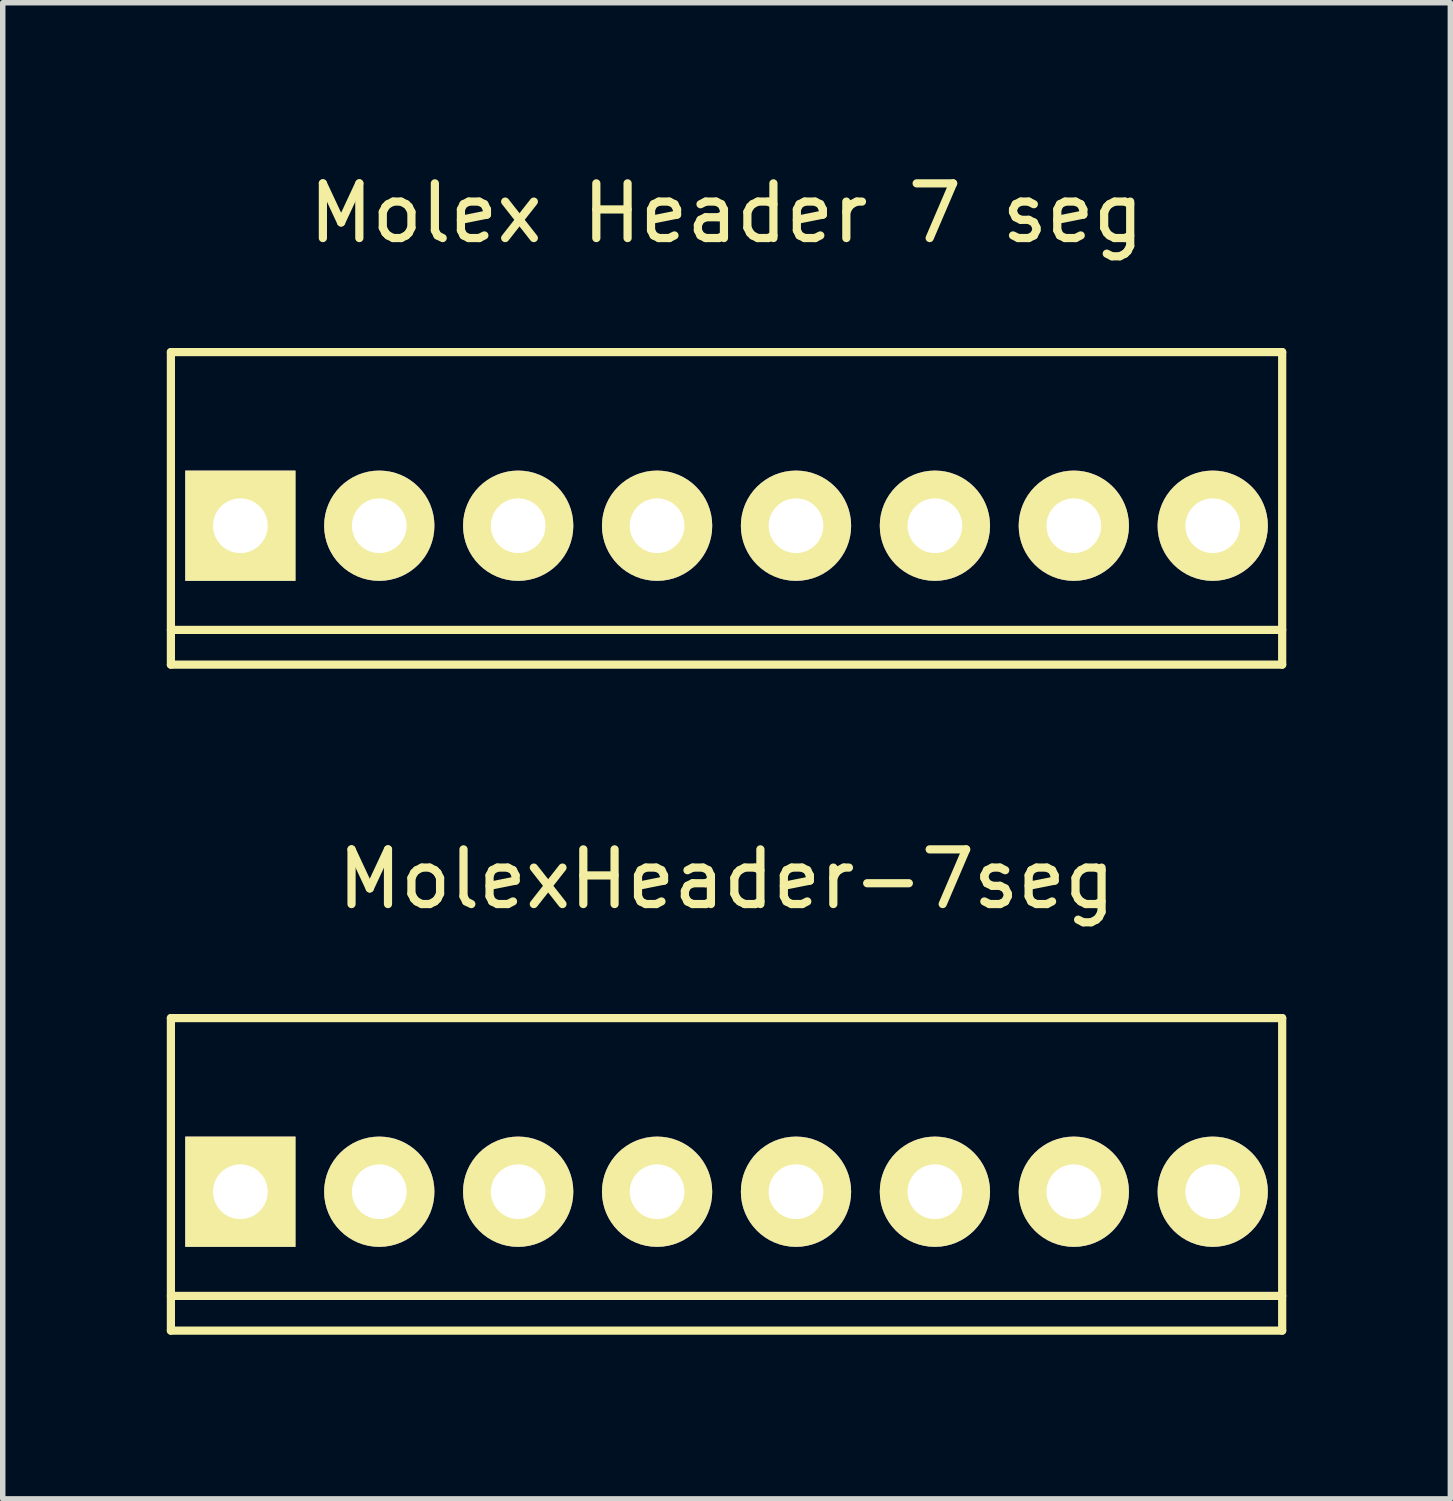
<source format=kicad_pcb>
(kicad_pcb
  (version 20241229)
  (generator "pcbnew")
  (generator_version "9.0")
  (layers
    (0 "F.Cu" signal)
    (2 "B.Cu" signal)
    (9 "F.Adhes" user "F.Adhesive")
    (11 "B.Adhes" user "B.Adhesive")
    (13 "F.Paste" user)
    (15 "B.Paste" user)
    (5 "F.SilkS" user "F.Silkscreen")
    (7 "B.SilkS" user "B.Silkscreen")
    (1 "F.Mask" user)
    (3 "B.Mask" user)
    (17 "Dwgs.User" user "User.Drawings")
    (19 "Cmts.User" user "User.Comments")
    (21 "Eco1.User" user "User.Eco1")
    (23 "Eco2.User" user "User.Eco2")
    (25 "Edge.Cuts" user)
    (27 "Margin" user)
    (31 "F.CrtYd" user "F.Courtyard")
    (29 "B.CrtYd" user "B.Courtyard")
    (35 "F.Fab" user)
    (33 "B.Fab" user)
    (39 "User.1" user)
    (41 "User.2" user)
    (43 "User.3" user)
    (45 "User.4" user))
  (footprint "MolexHeader-7seg"
    (layer "F.Cu")
    (at 10.235 18.741)
    (property "Reference" "MolexHeader-7seg" (at 0 -5.715 0) (layer "F.SilkS") (effects (font (size 1 1) (thickness 0.15))))
    (attr through_hole)
    (fp_line (start -10.16 -3.175) (end -10.16 2.54) (stroke (width 0.15) (type solid)) (layer "F.SilkS"))
    (fp_line (start -10.16 1.905) (end 10.16 1.905) (stroke (width 0.15) (type solid)) (layer "F.SilkS"))
    (fp_line (start -10.16 2.54) (end 10.16 2.54) (stroke (width 0.15) (type solid)) (layer "F.SilkS"))
    (fp_line (start 10.16 -3.175) (end -10.16 -3.175) (stroke (width 0.15) (type solid)) (layer "F.SilkS"))
    (fp_line (start 10.16 2.54) (end 10.16 -3.175) (stroke (width 0.15) (type solid)) (layer "F.SilkS"))
    (pad "1,5" thru_hole rect (at -8.89 0) (size 2.016 2.016) (drill 1) (layers "*.Cu" "*.Mask" "F.SilkS"))
    (pad "2" thru_hole circle (at 3.81 0) (size 2.016 2.016) (drill 1) (layers "*.Cu" "*.Mask" "F.SilkS"))
    (pad "3" thru_hole circle (at 1.27 0) (size 2.016 2.016) (drill 1) (layers "*.Cu" "*.Mask" "F.SilkS"))
    (pad "4" thru_hole circle (at -1.27 0) (size 2.016 2.016) (drill 1) (layers "*.Cu" "*.Mask" "F.SilkS"))
    (pad "6" thru_hole circle (at -3.81 0) (size 2.016 2.016) (drill 1) (layers "*.Cu" "*.Mask" "F.SilkS"))
    (pad "7" thru_hole circle (at -6.35 0) (size 2.016 2.016) (drill 1) (layers "*.Cu" "*.Mask" "F.SilkS"))
    (pad "9" thru_hole circle (at 6.35 0) (size 2.016 2.016) (drill 1) (layers "*.Cu" "*.Mask" "F.SilkS"))
    (pad "10" thru_hole circle (at 8.89 0) (size 2.016 2.016) (drill 1) (layers "*.Cu" "*.Mask" "F.SilkS")))
  (footprint "Molex Header 7 seg"
    (layer "F.Cu")
    (at 10.235 6.563)
    (property "Reference" "Molex Header 7 seg" (at 0 -5.715 0) (layer "F.SilkS") (effects (font (size 1 1) (thickness 0.15))))
    (attr through_hole)
    (fp_line (start -10.16 -3.175) (end -10.16 2.54) (stroke (width 0.15) (type solid)) (layer "F.SilkS"))
    (fp_line (start -10.16 1.905) (end 10.16 1.905) (stroke (width 0.15) (type solid)) (layer "F.SilkS"))
    (fp_line (start -10.16 2.54) (end 10.16 2.54) (stroke (width 0.15) (type solid)) (layer "F.SilkS"))
    (fp_line (start 10.16 -3.175) (end -10.16 -3.175) (stroke (width 0.15) (type solid)) (layer "F.SilkS"))
    (fp_line (start 10.16 2.54) (end 10.16 -3.175) (stroke (width 0.15) (type solid)) (layer "F.SilkS"))
    (pad "1" thru_hole rect (at -8.89 0) (size 2.016 2.016) (drill 1) (layers "*.Cu" "*.Mask" "F.SilkS"))
    (pad "2" thru_hole circle (at 3.81 0) (size 2.016 2.016) (drill 1) (layers "*.Cu" "*.Mask" "F.SilkS"))
    (pad "3" thru_hole circle (at 1.27 0) (size 2.016 2.016) (drill 1) (layers "*.Cu" "*.Mask" "F.SilkS"))
    (pad "4" thru_hole circle (at -1.27 0) (size 2.016 2.016) (drill 1) (layers "*.Cu" "*.Mask" "F.SilkS"))
    (pad "6" thru_hole circle (at -3.81 0) (size 2.016 2.016) (drill 1) (layers "*.Cu" "*.Mask" "F.SilkS"))
    (pad "7" thru_hole circle (at -6.35 0) (size 2.016 2.016) (drill 1) (layers "*.Cu" "*.Mask" "F.SilkS"))
    (pad "9" thru_hole circle (at 6.35 0) (size 2.016 2.016) (drill 1) (layers "*.Cu" "*.Mask" "F.SilkS"))
    (pad "10" thru_hole circle (at 8.89 0) (size 2.016 2.016) (drill 1) (layers "*.Cu" "*.Mask" "F.SilkS")))
  (gr_rect
    (start -3 -3)
    (end 23.47 24.357)
    (stroke (width 0.1) (type default))
    (fill no)
    (layer "Edge.Cuts")))
</source>
